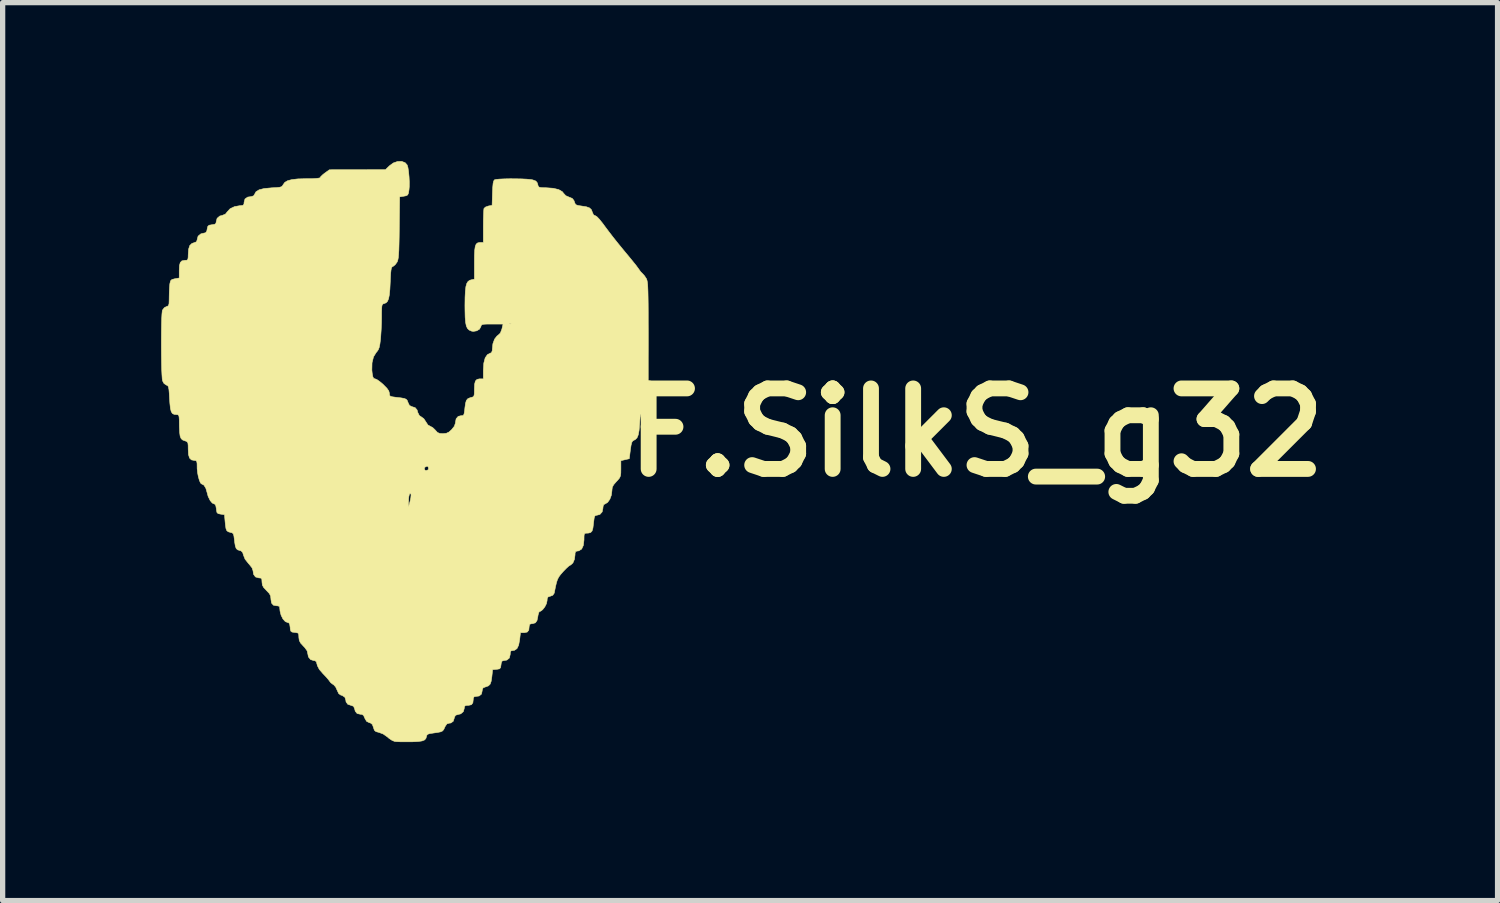
<source format=kicad_pcb>
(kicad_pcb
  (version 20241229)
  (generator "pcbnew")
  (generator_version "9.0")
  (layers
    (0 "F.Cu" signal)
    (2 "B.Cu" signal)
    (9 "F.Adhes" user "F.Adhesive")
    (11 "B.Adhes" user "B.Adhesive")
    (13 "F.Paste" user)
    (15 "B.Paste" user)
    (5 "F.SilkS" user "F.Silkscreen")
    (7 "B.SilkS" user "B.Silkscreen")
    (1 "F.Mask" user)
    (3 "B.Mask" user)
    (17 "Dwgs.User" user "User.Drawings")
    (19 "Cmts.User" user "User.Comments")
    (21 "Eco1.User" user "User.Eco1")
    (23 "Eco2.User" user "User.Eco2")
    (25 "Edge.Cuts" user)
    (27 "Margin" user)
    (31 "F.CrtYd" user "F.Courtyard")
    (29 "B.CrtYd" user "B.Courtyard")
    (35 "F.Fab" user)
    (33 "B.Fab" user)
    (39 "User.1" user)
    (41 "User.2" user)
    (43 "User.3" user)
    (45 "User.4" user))
  (footprint "F.SilkS_g32"
    (layer "F.Cu")
    (at 15.435 5.138)
    (property "Reference" "F.SilkS_g32" (at 0 0 0) (layer "F.SilkS") (effects (font (size 1.524 1.524) (thickness 0.3))))
    (attr through_hole)
    (fp_poly (pts (xy -10.814 -5.107) (xy -10.777 -5.065) (xy -10.762 -5.016) (xy -10.75 -4.938) (xy -10.741 -4.842) (xy -10.736 -4.742) (xy -10.737 -4.651) (xy -10.742 -4.595) (xy -10.752 -4.532) (xy -10.767 -4.498) (xy -10.796 -4.482) (xy -10.838 -4.474) (xy -10.919 -4.461) (xy -10.926 -3.876) (xy -10.928 -3.7) (xy -10.931 -3.56) (xy -10.934 -3.452) (xy -10.939 -3.372) (xy -10.944 -3.313) (xy -10.952 -3.271) (xy -10.961 -3.241) (xy -10.969 -3.224) (xy -11.005 -3.175) (xy -11.042 -3.146) (xy -11.046 -3.144) (xy -11.062 -3.135) (xy -11.074 -3.115) (xy -11.082 -3.077) (xy -11.089 -3.014) (xy -11.094 -2.919) (xy -11.097 -2.852) (xy -11.104 -2.71) (xy -11.114 -2.606) (xy -11.129 -2.532) (xy -11.149 -2.484) (xy -11.176 -2.456) (xy -11.207 -2.443) (xy -11.23 -2.436) (xy -11.246 -2.423) (xy -11.255 -2.397) (xy -11.259 -2.35) (xy -11.261 -2.274) (xy -11.261 -2.194) (xy -11.263 -2.072) (xy -11.269 -1.94) (xy -11.277 -1.82) (xy -11.281 -1.769) (xy -11.293 -1.675) (xy -11.306 -1.611) (xy -11.324 -1.566) (xy -11.35 -1.529) (xy -11.363 -1.515) (xy -11.414 -1.432) (xy -11.442 -1.319) (xy -11.445 -1.182) (xy -11.439 -1.122) (xy -11.427 -1.057) (xy -11.411 -1.025) (xy -11.385 -1.016) (xy -11.384 -1.016) (xy -11.349 -1.002) (xy -11.296 -0.965) (xy -11.235 -0.914) (xy -11.228 -0.907) (xy -11.161 -0.839) (xy -11.125 -0.788) (xy -11.113 -0.744) (xy -11.113 -0.739) (xy -11.11 -0.706) (xy -11.095 -0.687) (xy -11.057 -0.676) (xy -10.991 -0.667) (xy -10.895 -0.656) (xy -10.833 -0.645) (xy -10.796 -0.63) (xy -10.776 -0.608) (xy -10.763 -0.575) (xy -10.76 -0.567) (xy -10.734 -0.513) (xy -10.692 -0.491) (xy -10.688 -0.49) (xy -10.625 -0.47) (xy -10.589 -0.427) (xy -10.576 -0.38) (xy -10.546 -0.32) (xy -10.509 -0.296) (xy -10.461 -0.261) (xy -10.424 -0.204) (xy -10.383 -0.142) (xy -10.341 -0.119) (xy -10.293 -0.093) (xy -10.245 -0.047) (xy -10.241 -0.042) (xy -10.203 -0.000358) (xy -10.158 0.018) (xy -10.102 0.021) (xy -10.037 0.015) (xy -9.987 -0.008) (xy -9.937 -0.052) (xy -9.884 -0.118) (xy -9.864 -0.177) (xy -9.864 -0.181) (xy -9.85 -0.259) (xy -9.811 -0.305) (xy -9.759 -0.318) (xy -9.727 -0.319) (xy -9.708 -0.331) (xy -9.697 -0.363) (xy -9.688 -0.422) (xy -9.684 -0.465) (xy -9.672 -0.552) (xy -9.656 -0.607) (xy -9.628 -0.64) (xy -9.584 -0.659) (xy -9.562 -0.664) (xy -9.531 -0.674) (xy -9.514 -0.691) (xy -9.506 -0.726) (xy -9.504 -0.79) (xy -9.504 -0.822) (xy -9.5 -0.915) (xy -9.485 -0.974) (xy -9.455 -1.005) (xy -9.407 -1.016) (xy -9.394 -1.016) (xy -9.335 -1.016) (xy -9.335 -1.175) (xy -9.326 -1.314) (xy -9.3 -1.413) (xy -9.258 -1.474) (xy -9.219 -1.494) (xy -9.18 -1.513) (xy -9.166 -1.551) (xy -9.165 -1.574) (xy -9.154 -1.68) (xy -9.122 -1.768) (xy -9.075 -1.828) (xy -9.062 -1.836) (xy -9.013 -1.882) (xy -8.984 -1.956) (xy -8.983 -1.961) (xy -8.961 -2.053) (xy -9.168 -2.053) (xy -9.262 -2.053) (xy -9.323 -2.05) (xy -9.357 -2.043) (xy -9.374 -2.03) (xy -9.38 -2.01) (xy -9.381 -2.006) (xy -9.407 -1.957) (xy -9.46 -1.925) (xy -9.525 -1.914) (xy -9.563 -1.921) (xy -9.604 -1.94) (xy -9.635 -1.97) (xy -9.657 -2.017) (xy -9.667 -2.067) (xy -8.841 -2.067) (xy -8.838 -2.055) (xy -8.826 -2.053) (xy -8.809 -2.061) (xy -8.812 -2.067) (xy -8.838 -2.07) (xy -8.841 -2.067) (xy -9.667 -2.067) (xy -9.671 -2.086) (xy -9.679 -2.182) (xy -9.682 -2.313) (xy -9.683 -2.404) (xy -9.681 -2.559) (xy -9.675 -2.676) (xy -9.665 -2.762) (xy -9.648 -2.822) (xy -9.624 -2.86) (xy -9.592 -2.882) (xy -9.565 -2.89) (xy -9.504 -2.903) (xy -9.504 -3.218) (xy -9.503 -3.354) (xy -9.498 -3.453) (xy -9.488 -3.522) (xy -9.471 -3.565) (xy -9.446 -3.588) (xy -9.41 -3.597) (xy -9.386 -3.598) (xy -9.335 -3.598) (xy -9.335 -3.904) (xy -9.334 -4.015) (xy -9.331 -4.113) (xy -9.328 -4.189) (xy -9.324 -4.234) (xy -9.322 -4.242) (xy -9.294 -4.268) (xy -9.243 -4.287) (xy -9.239 -4.288) (xy -9.169 -4.301) (xy -9.162 -4.532) (xy -9.157 -4.642) (xy -9.15 -4.716) (xy -9.139 -4.761) (xy -9.124 -4.783) (xy -9.123 -4.784) (xy -9.088 -4.792) (xy -9.021 -4.798) (xy -8.929 -4.802) (xy -8.823 -4.804) (xy -8.711 -4.803) (xy -8.603 -4.801) (xy -8.507 -4.796) (xy -8.433 -4.789) (xy -8.397 -4.782) (xy -8.34 -4.76) (xy -8.313 -4.726) (xy -8.305 -4.698) (xy -8.296 -4.665) (xy -8.28 -4.646) (xy -8.246 -4.637) (xy -8.184 -4.634) (xy -8.152 -4.634) (xy -8.013 -4.624) (xy -7.908 -4.599) (xy -7.839 -4.559) (xy -7.817 -4.53) (xy -7.773 -4.483) (xy -7.711 -4.456) (xy -7.652 -4.432) (xy -7.62 -4.393) (xy -7.611 -4.368) (xy -7.596 -4.329) (xy -7.572 -4.307) (xy -7.526 -4.295) (xy -7.477 -4.288) (xy -7.383 -4.273) (xy -7.323 -4.251) (xy -7.288 -4.217) (xy -7.271 -4.17) (xy -7.248 -4.119) (xy -7.218 -4.106) (xy -7.187 -4.088) (xy -7.137 -4.036) (xy -7.07 -3.952) (xy -7.032 -3.9) (xy -6.963 -3.808) (xy -6.877 -3.696) (xy -6.782 -3.577) (xy -6.687 -3.461) (xy -6.654 -3.421) (xy -6.575 -3.326) (xy -6.504 -3.239) (xy -6.445 -3.166) (xy -6.406 -3.113) (xy -6.392 -3.093) (xy -6.356 -3.043) (xy -6.323 -3.01) (xy -6.288 -2.972) (xy -6.252 -2.919) (xy -6.249 -2.914) (xy -6.241 -2.897) (xy -6.235 -2.875) (xy -6.229 -2.843) (xy -6.224 -2.8) (xy -6.221 -2.741) (xy -6.218 -2.663) (xy -6.216 -2.563) (xy -6.214 -2.437) (xy -6.213 -2.281) (xy -6.213 -2.093) (xy -6.212 -1.868) (xy -6.212 -1.671) (xy -6.213 -1.417) (xy -6.213 -1.201) (xy -6.213 -1.021) (xy -6.215 -0.873) (xy -6.216 -0.754) (xy -6.218 -0.66) (xy -6.221 -0.588) (xy -6.225 -0.535) (xy -6.23 -0.496) (xy -6.236 -0.469) (xy -6.243 -0.451) (xy -6.249 -0.44) (xy -6.287 -0.396) (xy -6.325 -0.372) (xy -6.345 -0.36) (xy -6.358 -0.335) (xy -6.367 -0.287) (xy -6.373 -0.209) (xy -6.376 -0.163) (xy -6.386 -0.041) (xy -6.402 0.045) (xy -6.426 0.102) (xy -6.462 0.136) (xy -6.484 0.146) (xy -6.508 0.161) (xy -6.525 0.19) (xy -6.538 0.242) (xy -6.551 0.327) (xy -6.551 0.33) (xy -6.572 0.496) (xy -6.731 0.533) (xy -6.731 0.687) (xy -6.732 0.768) (xy -6.739 0.821) (xy -6.756 0.86) (xy -6.789 0.901) (xy -6.816 0.929) (xy -6.867 0.988) (xy -6.893 1.036) (xy -6.9 1.091) (xy -6.9 1.1) (xy -6.911 1.186) (xy -6.94 1.264) (xy -6.981 1.322) (xy -7.021 1.347) (xy -7.056 1.366) (xy -7.069 1.406) (xy -7.07 1.43) (xy -7.085 1.503) (xy -7.128 1.551) (xy -7.185 1.566) (xy -7.21 1.57) (xy -7.227 1.586) (xy -7.237 1.624) (xy -7.246 1.693) (xy -7.249 1.72) (xy -7.26 1.809) (xy -7.276 1.864) (xy -7.303 1.893) (xy -7.344 1.904) (xy -7.371 1.905) (xy -7.404 1.907) (xy -7.421 1.92) (xy -7.428 1.954) (xy -7.429 2.019) (xy -7.429 2.032) (xy -7.441 2.136) (xy -7.473 2.206) (xy -7.527 2.24) (xy -7.556 2.244) (xy -7.586 2.252) (xy -7.598 2.285) (xy -7.599 2.317) (xy -7.61 2.401) (xy -7.639 2.469) (xy -7.68 2.507) (xy -7.686 2.509) (xy -7.719 2.53) (xy -7.768 2.575) (xy -7.824 2.633) (xy -7.83 2.64) (xy -7.875 2.692) (xy -7.907 2.736) (xy -7.931 2.783) (xy -7.95 2.841) (xy -7.969 2.922) (xy -7.991 3.034) (xy -7.992 3.04) (xy -8.02 3.081) (xy -8.064 3.098) (xy -8.108 3.112) (xy -8.125 3.141) (xy -8.128 3.183) (xy -8.14 3.24) (xy -8.171 3.301) (xy -8.212 3.354) (xy -8.253 3.384) (xy -8.268 3.387) (xy -8.284 3.406) (xy -8.298 3.454) (xy -8.303 3.485) (xy -8.319 3.561) (xy -8.35 3.603) (xy -8.403 3.619) (xy -8.419 3.619) (xy -8.456 3.63) (xy -8.467 3.669) (xy -8.467 3.671) (xy -8.474 3.74) (xy -8.502 3.777) (xy -8.555 3.789) (xy -8.562 3.789) (xy -8.632 3.789) (xy -8.647 3.921) (xy -8.666 4.025) (xy -8.698 4.091) (xy -8.745 4.123) (xy -8.777 4.128) (xy -8.811 4.134) (xy -8.824 4.161) (xy -8.826 4.201) (xy -8.842 4.269) (xy -8.889 4.308) (xy -8.951 4.318) (xy -8.98 4.327) (xy -8.995 4.361) (xy -9 4.397) (xy -9.008 4.45) (xy -9.028 4.474) (xy -9.074 4.482) (xy -9.083 4.483) (xy -9.159 4.49) (xy -9.173 4.619) (xy -9.186 4.708) (xy -9.206 4.764) (xy -9.238 4.796) (xy -9.289 4.815) (xy -9.294 4.816) (xy -9.339 4.834) (xy -9.355 4.869) (xy -9.356 4.887) (xy -9.37 4.952) (xy -9.414 4.988) (xy -9.466 4.995) (xy -9.509 5.002) (xy -9.524 5.03) (xy -9.525 5.047) (xy -9.533 5.116) (xy -9.56 5.153) (xy -9.613 5.165) (xy -9.623 5.165) (xy -9.672 5.169) (xy -9.692 5.188) (xy -9.694 5.214) (xy -9.712 5.282) (xy -9.762 5.326) (xy -9.811 5.338) (xy -9.859 5.352) (xy -9.88 5.386) (xy -9.882 5.397) (xy -9.904 5.466) (xy -9.949 5.499) (xy -9.982 5.503) (xy -10.024 5.516) (xy -10.055 5.56) (xy -10.064 5.578) (xy -10.084 5.622) (xy -10.107 5.65) (xy -10.144 5.667) (xy -10.204 5.679) (xy -10.276 5.689) (xy -10.349 5.7) (xy -10.388 5.713) (xy -10.406 5.734) (xy -10.41 5.751) (xy -10.422 5.792) (xy -10.447 5.82) (xy -10.494 5.839) (xy -10.567 5.85) (xy -10.674 5.855) (xy -10.719 5.856) (xy -10.82 5.856) (xy -10.912 5.855) (xy -10.981 5.852) (xy -11.012 5.849) (xy -11.062 5.829) (xy -11.122 5.789) (xy -11.146 5.767) (xy -11.23 5.708) (xy -11.31 5.678) (xy -11.367 5.663) (xy -11.397 5.637) (xy -11.414 5.589) (xy -11.415 5.583) (xy -11.436 5.527) (xy -11.47 5.5) (xy -11.494 5.493) (xy -11.544 5.469) (xy -11.575 5.417) (xy -11.579 5.407) (xy -11.602 5.356) (xy -11.634 5.336) (xy -11.662 5.334) (xy -11.724 5.32) (xy -11.76 5.276) (xy -11.772 5.228) (xy -11.792 5.183) (xy -11.832 5.168) (xy -11.901 5.145) (xy -11.934 5.1) (xy -11.938 5.069) (xy -11.956 5.012) (xy -12.009 4.977) (xy -12.033 4.971) (xy -12.073 4.943) (xy -12.103 4.878) (xy -12.131 4.817) (xy -12.168 4.776) (xy -12.175 4.773) (xy -12.222 4.738) (xy -12.243 4.711) (xy -12.27 4.675) (xy -12.316 4.622) (xy -12.368 4.568) (xy -12.44 4.485) (xy -12.477 4.413) (xy -12.482 4.392) (xy -12.496 4.341) (xy -12.521 4.32) (xy -12.543 4.318) (xy -12.605 4.299) (xy -12.646 4.249) (xy -12.658 4.189) (xy -12.671 4.133) (xy -12.716 4.07) (xy -12.742 4.043) (xy -12.794 3.986) (xy -12.819 3.938) (xy -12.827 3.883) (xy -12.827 3.875) (xy -12.83 3.821) (xy -12.845 3.796) (xy -12.885 3.787) (xy -12.906 3.785) (xy -12.956 3.778) (xy -12.98 3.76) (xy -12.99 3.719) (xy -12.992 3.688) (xy -13.001 3.629) (xy -13.018 3.603) (xy -13.037 3.598) (xy -13.084 3.579) (xy -13.129 3.529) (xy -13.164 3.458) (xy -13.184 3.379) (xy -13.187 3.343) (xy -13.192 3.299) (xy -13.218 3.282) (xy -13.246 3.281) (xy -13.309 3.269) (xy -13.344 3.229) (xy -13.356 3.157) (xy -13.356 3.15) (xy -13.362 3.095) (xy -13.386 3.048) (xy -13.436 2.995) (xy -13.441 2.99) (xy -13.493 2.935) (xy -13.518 2.888) (xy -13.525 2.834) (xy -13.525 2.831) (xy -13.528 2.779) (xy -13.544 2.757) (xy -13.582 2.752) (xy -13.588 2.752) (xy -13.649 2.734) (xy -13.685 2.684) (xy -13.695 2.617) (xy -13.713 2.563) (xy -13.764 2.498) (xy -13.778 2.483) (xy -13.845 2.399) (xy -13.875 2.324) (xy -13.892 2.269) (xy -13.922 2.241) (xy -13.949 2.233) (xy -13.988 2.22) (xy -14.013 2.196) (xy -14.03 2.151) (xy -14.042 2.078) (xy -14.048 2.027) (xy -14.057 1.957) (xy -14.069 1.918) (xy -14.09 1.899) (xy -14.122 1.891) (xy -14.164 1.879) (xy -14.191 1.858) (xy -14.207 1.819) (xy -14.217 1.753) (xy -14.223 1.694) (xy -14.235 1.556) (xy -14.309 1.545) (xy -14.356 1.535) (xy -14.378 1.514) (xy -14.387 1.469) (xy -14.389 1.445) (xy -14.4 1.384) (xy -14.418 1.356) (xy -14.423 1.355) (xy -14.467 1.335) (xy -14.494 1.302) (xy -10.751 1.302) (xy -10.75 1.408) (xy -10.722 1.303) (xy -10.708 1.237) (xy -10.703 1.185) (xy -10.705 1.169) (xy -10.72 1.151) (xy -10.734 1.167) (xy -10.745 1.213) (xy -10.751 1.279) (xy -10.751 1.302) (xy -14.494 1.302) (xy -14.509 1.283) (xy -14.545 1.209) (xy -14.563 1.142) (xy -14.588 1.056) (xy -14.624 0.997) (xy -14.666 0.974) (xy -14.67 0.974) (xy -14.69 0.954) (xy -14.711 0.904) (xy -14.731 0.833) (xy -14.746 0.754) (xy -14.752 0.689) (xy -10.453 0.689) (xy -10.438 0.714) (xy -10.416 0.72) (xy -10.379 0.706) (xy -10.372 0.676) (xy -10.383 0.642) (xy -10.408 0.639) (xy -10.443 0.659) (xy -10.453 0.689) (xy -14.752 0.689) (xy -14.753 0.676) (xy -14.753 0.661) (xy -14.754 0.589) (xy -14.76 0.549) (xy -14.774 0.533) (xy -14.801 0.529) (xy -14.805 0.529) (xy -14.861 0.518) (xy -14.897 0.483) (xy -14.917 0.416) (xy -14.922 0.319) (xy -14.923 0.243) (xy -14.928 0.199) (xy -14.943 0.175) (xy -14.97 0.162) (xy -14.99 0.156) (xy -15.03 0.14) (xy -15.057 0.113) (xy -15.075 0.069) (xy -15.084 -0.000177) (xy -15.089 -0.101) (xy -15.09 -0.153) (xy -15.091 -0.242) (xy -15.095 -0.297) (xy -15.103 -0.326) (xy -15.118 -0.337) (xy -15.141 -0.339) (xy -15.187 -0.343) (xy -15.221 -0.36) (xy -15.244 -0.397) (xy -15.259 -0.458) (xy -15.269 -0.552) (xy -15.275 -0.639) (xy -15.281 -0.745) (xy -15.287 -0.815) (xy -15.296 -0.859) (xy -15.307 -0.883) (xy -15.324 -0.894) (xy -15.336 -0.898) (xy -15.381 -0.929) (xy -15.407 -0.977) (xy -15.414 -1.017) (xy -15.419 -1.092) (xy -15.424 -1.196) (xy -15.427 -1.322) (xy -15.429 -1.462) (xy -15.43 -1.611) (xy -15.43 -1.762) (xy -15.429 -1.907) (xy -15.427 -2.041) (xy -15.424 -2.155) (xy -15.419 -2.244) (xy -15.413 -2.301) (xy -15.41 -2.316) (xy -15.374 -2.363) (xy -15.336 -2.383) (xy -15.31 -2.392) (xy -15.294 -2.408) (xy -15.285 -2.441) (xy -15.283 -2.5) (xy -15.282 -2.569) (xy -15.28 -2.662) (xy -15.276 -2.749) (xy -15.27 -2.813) (xy -15.269 -2.819) (xy -15.256 -2.871) (xy -15.231 -2.896) (xy -15.179 -2.91) (xy -15.174 -2.911) (xy -15.092 -2.925) (xy -15.092 -3.067) (xy -15.088 -3.16) (xy -15.072 -3.218) (xy -15.042 -3.249) (xy -14.993 -3.259) (xy -14.982 -3.26) (xy -14.946 -3.262) (xy -14.929 -3.278) (xy -14.923 -3.317) (xy -14.922 -3.364) (xy -14.915 -3.469) (xy -14.893 -3.539) (xy -14.852 -3.579) (xy -14.817 -3.591) (xy -14.769 -3.609) (xy -14.753 -3.644) (xy -14.753 -3.65) (xy -14.735 -3.717) (xy -14.684 -3.76) (xy -14.637 -3.772) (xy -14.592 -3.782) (xy -14.571 -3.811) (xy -14.563 -3.852) (xy -14.551 -3.902) (xy -14.527 -3.924) (xy -14.476 -3.933) (xy -14.473 -3.933) (xy -14.42 -3.942) (xy -14.397 -3.961) (xy -14.393 -3.987) (xy -14.375 -4.055) (xy -14.325 -4.098) (xy -14.278 -4.11) (xy -14.217 -4.135) (xy -14.182 -4.179) (xy -14.128 -4.237) (xy -14.044 -4.277) (xy -13.941 -4.295) (xy -13.933 -4.295) (xy -13.885 -4.301) (xy -13.867 -4.323) (xy -13.864 -4.36) (xy -13.847 -4.421) (xy -13.796 -4.457) (xy -13.73 -4.466) (xy -13.683 -4.481) (xy -13.668 -4.506) (xy -13.639 -4.558) (xy -13.579 -4.595) (xy -13.485 -4.619) (xy -13.354 -4.631) (xy -13.345 -4.632) (xy -13.252 -4.637) (xy -13.193 -4.643) (xy -13.157 -4.653) (xy -13.138 -4.67) (xy -13.126 -4.69) (xy -13.094 -4.735) (xy -13.04 -4.767) (xy -12.96 -4.788) (xy -12.849 -4.801) (xy -12.7 -4.805) (xy -12.687 -4.805) (xy -12.574 -4.806) (xy -12.49 -4.811) (xy -12.438 -4.818) (xy -12.425 -4.826) (xy -12.409 -4.849) (xy -12.369 -4.886) (xy -12.337 -4.911) (xy -12.249 -4.974) (xy -11.187 -4.976) (xy -11.115 -5.047) (xy -11.041 -5.102) (xy -10.959 -5.131) (xy -10.88 -5.133) (xy -10.814 -5.107)) (stroke (width 0.01) (type solid)) (fill yes) (layer "F.SilkS")))
  (gr_rect
    (start -3 -3)
    (end 25.301 13.999)
    (stroke (width 0.1) (type default))
    (fill no)
    (layer "Edge.Cuts")))
</source>
